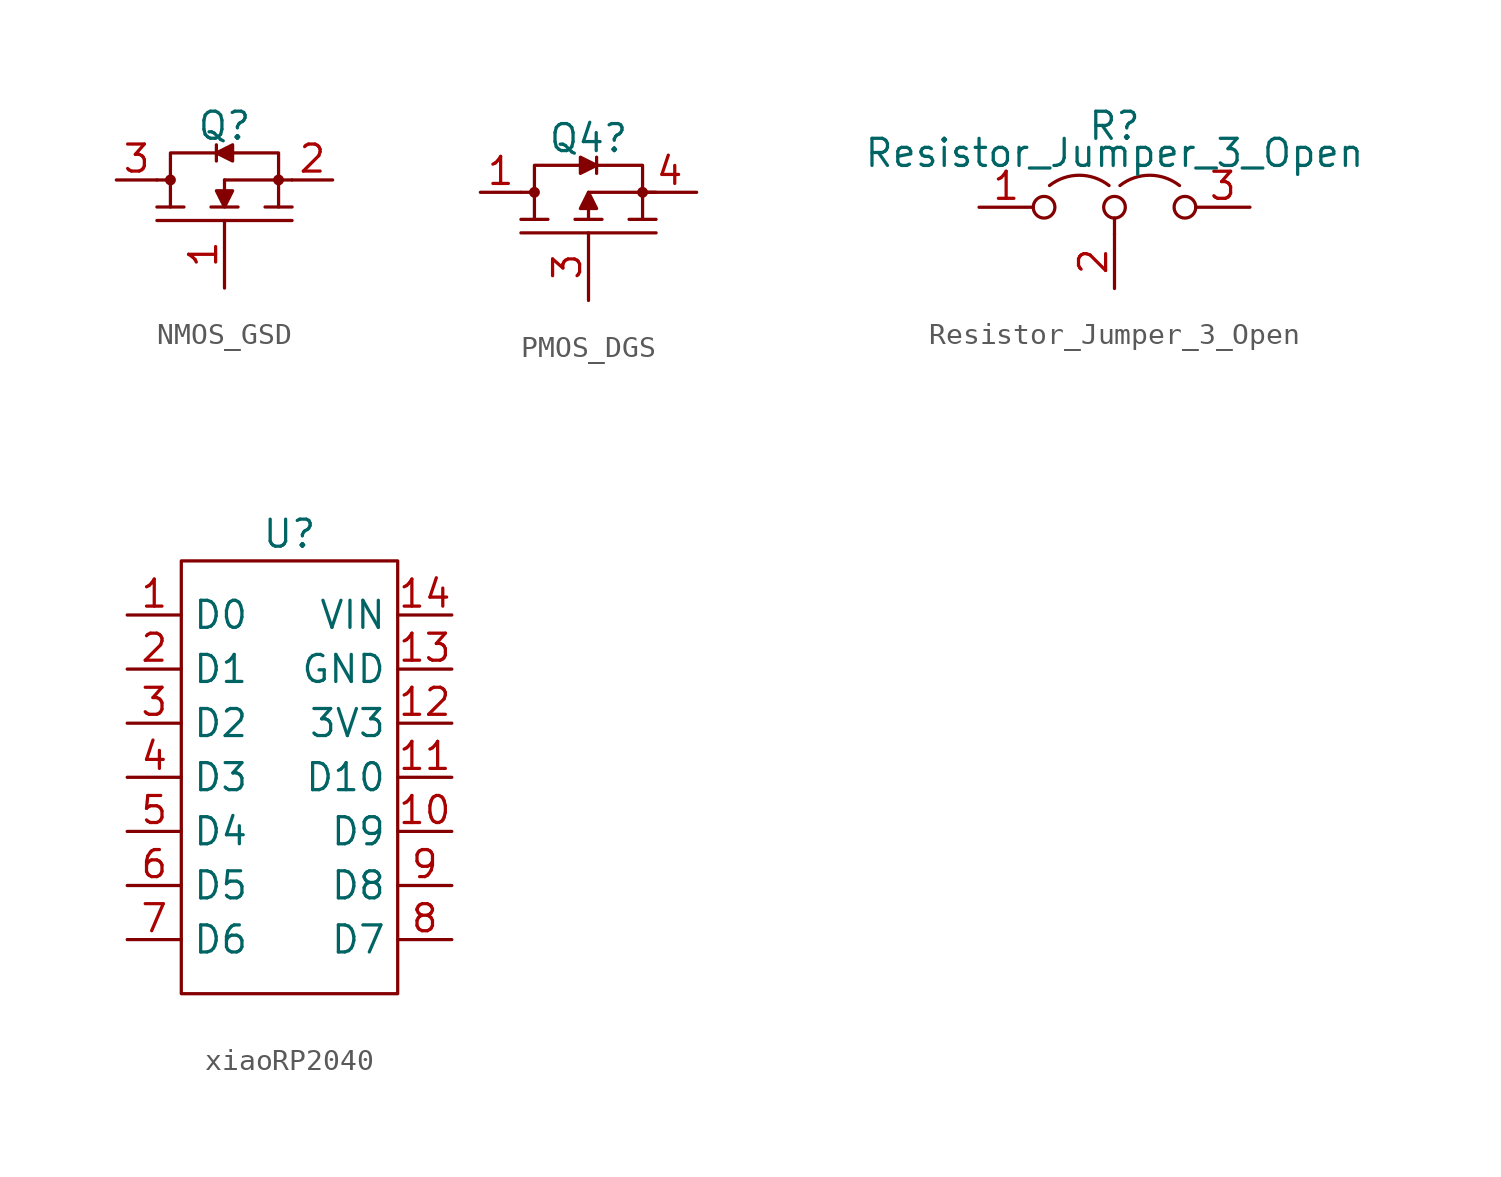
<source format=kicad_sym>
(kicad_symbol_lib
  (version 20241209)
  (generator "kicad_symbol_editor")
  (generator_version "9.0")
  (symbol "NMOS_GSD"
    (pin_names
      (hide yes))
    (property "Reference" "Q"
      (at 0 2.54 0)
      (do_not_autoplace)
      (effects (font (size 1.27 1.27))))
    (property "Value" ""
      (at 0 2.54 90)
      (effects (font (size 1.27 1.27)) (justify left)))
    (symbol "NMOS_GSD_0_1"
      (polyline (pts (xy -3.175 -1.27) (xy -1.905 -1.27)) (stroke (width 0) (type default)) (fill (type none)))
      (polyline (pts (xy -2.54 -1.27) (xy -2.54 0) (xy -3.175 0)) (stroke (width 0) (type default)) (fill (type none)))
      (polyline (pts (xy -0.635 -1.27) (xy 0.635 -1.27)) (stroke (width 0) (type default)) (fill (type none)))
      (polyline (pts (xy 0 0) (xy 0 -0.508)) (stroke (width 0) (type default)) (fill (type none)))
      (polyline (pts (xy 1.905 -1.27) (xy 3.175 -1.27)) (stroke (width 0) (type default)) (fill (type none)))
      (polyline (pts (xy 2.54 -1.27) (xy 2.54 0) (xy 3.175 0)) (stroke (width 0) (type default)) (fill (type none))))
    (symbol "NMOS_GSD_1_0"
      (pin passive line (at -5.08 0 0) (length 1.905) (name "" (effects (font (size 1.27 1.27)))) (number "3" (effects (font (size 1.27 1.27)))))
      (pin passive line (at 0 -5.08 90) (length 3.175) (name "" (effects (font (size 1.27 1.27)))) (number "1" (effects (font (size 1.27 1.27)))))
      (pin passive line (at 5.08 0 180) (length 1.905) (name "" (effects (font (size 1.27 1.27)))) (number "2" (effects (font (size 1.27 1.27))))))
    (symbol "NMOS_GSD_1_1"
      (polyline (pts (xy -3.175 -1.905) (xy 3.175 -1.905)) (stroke (width 0) (type default)) (fill (type none)))
      (circle (center -2.54 0) (radius 0.18) (stroke (width 0) (type default)) (fill (type outline)))
      (polyline (pts (xy -2.54 0) (xy -2.54 1.27) (xy -0.381 1.27)) (stroke (width 0) (type default)) (fill (type none)))
      (polyline (pts (xy -0.381 1.651) (xy -0.381 0.889)) (stroke (width 0) (type default)) (fill (type none)))
      (polyline (pts (xy -0.381 1.27) (xy 0.381 0.889) (xy 0.381 1.651) (xy -0.381 1.27)) (stroke (width 0) (type default)) (fill (type outline)))
      (polyline (pts (xy 0 0) (xy 2.54 0)) (stroke (width 0) (type default)) (fill (type none)))
      (polyline (pts (xy 0 -1.27) (xy 0.381 -0.508) (xy -0.381 -0.508) (xy 0 -1.27)) (stroke (width 0) (type default)) (fill (type outline)))
      (polyline (pts (xy 0.381 1.27) (xy 2.54 1.27) (xy 2.54 0)) (stroke (width 0) (type default)) (fill (type none)))
      (circle (center 2.54 0) (radius 0.18) (stroke (width 0) (type default)) (fill (type outline)))))
  (symbol "PMOS_DGS"
    (property "Reference" "Q4"
      (at 0 2.54 0)
      (do_not_autoplace)
      (effects (font (size 1.27 1.27))))
    (property "Value" ""
      (at 0 3.81 0)
      (effects (font (size 1.27 1.27))))
    (symbol "PMOS_DGS_0_1"
      (polyline (pts (xy -3.175 -1.27) (xy -1.905 -1.27)) (stroke (width 0) (type default)) (fill (type none)))
      (polyline (pts (xy -2.54 -1.27) (xy -2.54 0) (xy -3.175 0)) (stroke (width 0) (type default)) (fill (type none)))
      (polyline (pts (xy -0.635 -1.27) (xy 0.635 -1.27)) (stroke (width 0) (type default)) (fill (type none)))
      (polyline (pts (xy 0 -0.635) (xy 0 -1.27)) (stroke (width 0) (type default)) (fill (type none)))
      (polyline (pts (xy 1.905 -1.27) (xy 3.175 -1.27)) (stroke (width 0) (type default)) (fill (type none)))
      (polyline (pts (xy 2.54 -1.27) (xy 2.54 0) (xy 3.175 0)) (stroke (width 0) (type default)) (fill (type none))))
    (symbol "PMOS_DGS_1_0"
      (pin passive line (at -5.08 0 0) (length 1.905) (name "" (effects (font (size 1.27 1.27)))) (number "1" (effects (font (size 1.27 1.27)))))
      (pin passive line (at -5.08 0 0) (length 3.175) (hide yes) (name "" (effects (font (size 1.27 1.27)))) (number "2" (effects (font (size 1.27 1.27)))))
      (pin passive line (at -5.08 0 0) (length 2.54) (hide yes) (name "" (effects (font (size 1.27 1.27)))) (number "5" (effects (font (size 1.27 1.27)))))
      (pin passive line (at -5.08 0 0) (length 2.54) (hide yes) (name "" (effects (font (size 1.27 1.27)))) (number "6" (effects (font (size 1.27 1.27)))))
      (pin passive line (at 0 -5.08 90) (length 3.175) (name "" (effects (font (size 1.27 1.27)))) (number "3" (effects (font (size 1.27 1.27)))))
      (pin passive line (at 5.08 0 180) (length 2.54) (name "" (effects (font (size 1.27 1.27)))) (number "4" (effects (font (size 1.27 1.27))))))
    (symbol "PMOS_DGS_1_1"
      (polyline (pts (xy -3.175 -1.905) (xy 3.175 -1.905)) (stroke (width 0) (type default)) (fill (type none)))
      (circle (center -2.54 0) (radius 0.18) (stroke (width 0) (type default)) (fill (type outline)))
      (polyline (pts (xy -2.54 0) (xy -2.54 1.27) (xy -0.381 1.27)) (stroke (width 0) (type default)) (fill (type none)))
      (polyline (pts (xy 0 0) (xy 2.54 0)) (stroke (width 0) (type default)) (fill (type none)))
      (polyline (pts (xy 0 0) (xy -0.381 -0.762) (xy 0.381 -0.762) (xy 0 0)) (stroke (width 0) (type default)) (fill (type outline)))
      (polyline (pts (xy 0.381 1.651) (xy 0.381 0.889)) (stroke (width 0) (type default)) (fill (type none)))
      (polyline (pts (xy 0.381 1.27) (xy 2.54 1.27) (xy 2.54 0)) (stroke (width 0) (type default)) (fill (type none)))
      (polyline (pts (xy 0.381 1.27) (xy -0.381 1.651) (xy -0.381 0.889) (xy 0.381 1.27)) (stroke (width 0) (type default)) (fill (type outline)))
      (circle (center 2.54 0) (radius 0.18) (stroke (width 0) (type default)) (fill (type outline)))))
  (symbol "Resistor_Jumper_3_Open"
    (pin_names
      (offset 0)
      (hide yes))
    (property "Reference" "R"
      (at 0 3.81 0)
      (do_not_autoplace)
      (effects (font (size 1.27 1.27))))
    (property "Value" "Resistor_Jumper_3_Open"
      (at 0 2.54 0)
      (do_not_autoplace)
      (effects (font (size 1.27 1.27))))
    (symbol "Resistor_Jumper_3_Open_0_0"
      (circle (center -3.302 0) (radius 0.508) (stroke (width 0) (type default)) (fill (type none)))
      (circle (center 0 0) (radius 0.508) (stroke (width 0) (type default)) (fill (type none)))
      (circle (center 3.302 0) (radius 0.508) (stroke (width 0) (type default)) (fill (type none))))
    (symbol "Resistor_Jumper_3_Open_0_1"
      (arc (start -3.048 1.016) (mid -1.651 1.4992) (end -0.254 1.016) (stroke (width 0) (type default)) (fill (type none)))
      (polyline (pts (xy 0 -0.508) (xy 0 -1.27)) (stroke (width 0) (type default)) (fill (type none)))
      (arc (start 0.254 1.016) (mid 1.651 1.4992) (end 3.048 1.016) (stroke (width 0) (type default)) (fill (type none))))
    (symbol "Resistor_Jumper_3_Open_1_1"
      (pin passive line (at -6.35 0 0) (length 2.54) (name "A" (effects (font (size 1.27 1.27)))) (number "1" (effects (font (size 1.27 1.27)))))
      (pin input line (at 0 -3.81 90) (length 2.54) (name "C" (effects (font (size 1.27 1.27)))) (number "2" (effects (font (size 1.27 1.27)))))
      (pin passive line (at 6.35 0 180) (length 2.54) (name "B" (effects (font (size 1.27 1.27)))) (number "3" (effects (font (size 1.27 1.27)))))))
  (symbol "xiaoRP2040"
    (property "Reference" "U"
      (at 0 10.16 0)
      (do_not_autoplace)
      (effects (font (size 1.27 1.27))))
    (property "Value" ""
      (at -5.08 6.35 0)
      (effects (font (size 1.27 1.27))))
    (symbol "xiaoRP2040_0_1"
      (rectangle (start -5.08 8.89) (end 5.08 -11.43) (stroke (width 0) (type default)) (fill (type none))))
    (symbol "xiaoRP2040_1_1"
      (pin bidirectional line (at -7.62 6.35 0) (length 2.54) (name "D0" (effects (font (size 1.27 1.27)))) (number "1" (effects (font (size 1.27 1.27)))) (alternate "A0" bidirectional line))
      (pin bidirectional line (at -7.62 3.81 0) (length 2.54) (name "D1" (effects (font (size 1.27 1.27)))) (number "2" (effects (font (size 1.27 1.27)))) (alternate "A1" bidirectional line))
      (pin bidirectional line (at -7.62 1.27 0) (length 2.54) (name "D2" (effects (font (size 1.27 1.27)))) (number "3" (effects (font (size 1.27 1.27)))) (alternate "A2" bidirectional line))
      (pin bidirectional line (at -7.62 -1.27 0) (length 2.54) (name "D3" (effects (font (size 1.27 1.27)))) (number "4" (effects (font (size 1.27 1.27)))) (alternate "A3" bidirectional line))
      (pin bidirectional line (at -7.62 -3.81 0) (length 2.54) (name "D4" (effects (font (size 1.27 1.27)))) (number "5" (effects (font (size 1.27 1.27)))) (alternate "SDA" bidirectional line))
      (pin bidirectional line (at -7.62 -6.35 0) (length 2.54) (name "D5" (effects (font (size 1.27 1.27)))) (number "6" (effects (font (size 1.27 1.27)))) (alternate "SCL" output line))
      (pin bidirectional line (at -7.62 -8.89 0) (length 2.54) (name "D6" (effects (font (size 1.27 1.27)))) (number "7" (effects (font (size 1.27 1.27)))) (alternate "TX" output line))
      (pin power_in line (at 7.62 6.35 180) (length 2.54) (name "VIN" (effects (font (size 1.27 1.27)))) (number "14" (effects (font (size 1.27 1.27)))))
      (pin passive line (at 7.62 3.81 180) (length 2.54) (name "GND" (effects (font (size 1.27 1.27)))) (number "13" (effects (font (size 1.27 1.27)))))
      (pin power_out line (at 7.62 1.27 180) (length 2.54) (name "3V3" (effects (font (size 1.27 1.27)))) (number "12" (effects (font (size 1.27 1.27)))))
      (pin bidirectional line (at 7.62 -1.27 180) (length 2.54) (name "D10" (effects (font (size 1.27 1.27)))) (number "11" (effects (font (size 1.27 1.27)))) (alternate "MOSI" output line))
      (pin bidirectional line (at 7.62 -3.81 180) (length 2.54) (name "D9" (effects (font (size 1.27 1.27)))) (number "10" (effects (font (size 1.27 1.27)))) (alternate "MISO" input line))
      (pin bidirectional line (at 7.62 -6.35 180) (length 2.54) (name "D8" (effects (font (size 1.27 1.27)))) (number "9" (effects (font (size 1.27 1.27)))) (alternate "SCK" output line))
      (pin bidirectional line (at 7.62 -8.89 180) (length 2.54) (name "D7" (effects (font (size 1.27 1.27)))) (number "8" (effects (font (size 1.27 1.27)))) (alternate "CSn" output line) (alternate "RX" input line)))))
</source>
